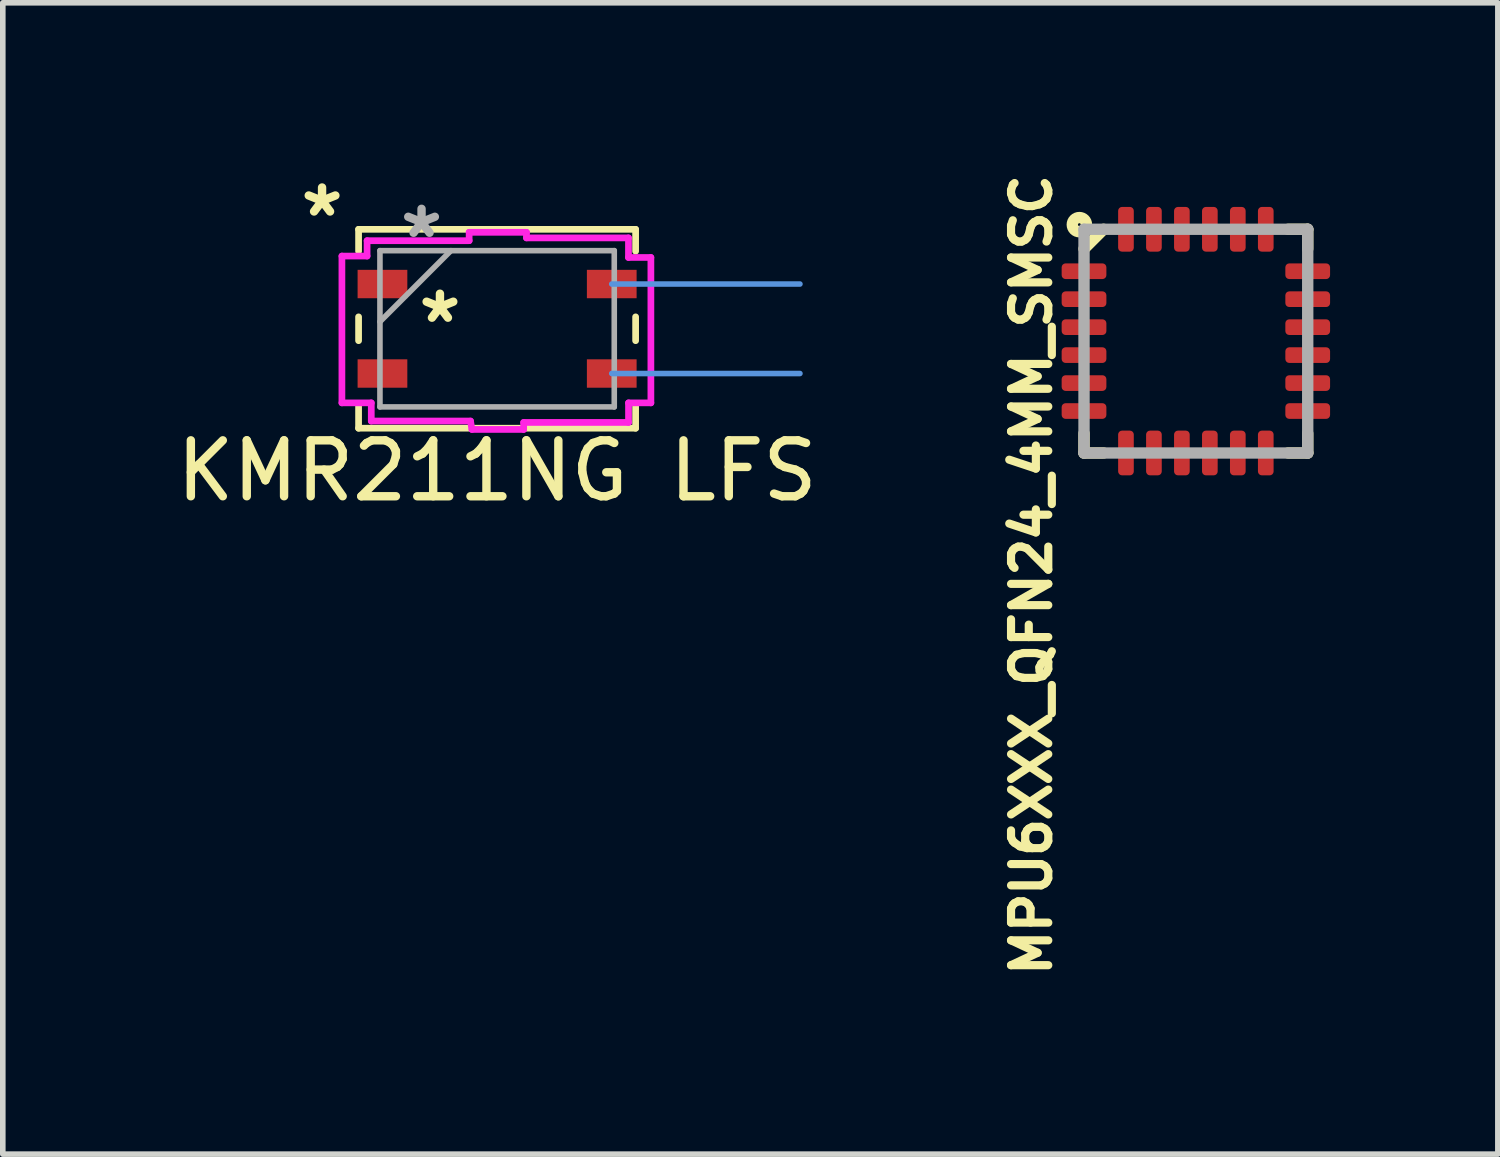
<source format=kicad_pcb>
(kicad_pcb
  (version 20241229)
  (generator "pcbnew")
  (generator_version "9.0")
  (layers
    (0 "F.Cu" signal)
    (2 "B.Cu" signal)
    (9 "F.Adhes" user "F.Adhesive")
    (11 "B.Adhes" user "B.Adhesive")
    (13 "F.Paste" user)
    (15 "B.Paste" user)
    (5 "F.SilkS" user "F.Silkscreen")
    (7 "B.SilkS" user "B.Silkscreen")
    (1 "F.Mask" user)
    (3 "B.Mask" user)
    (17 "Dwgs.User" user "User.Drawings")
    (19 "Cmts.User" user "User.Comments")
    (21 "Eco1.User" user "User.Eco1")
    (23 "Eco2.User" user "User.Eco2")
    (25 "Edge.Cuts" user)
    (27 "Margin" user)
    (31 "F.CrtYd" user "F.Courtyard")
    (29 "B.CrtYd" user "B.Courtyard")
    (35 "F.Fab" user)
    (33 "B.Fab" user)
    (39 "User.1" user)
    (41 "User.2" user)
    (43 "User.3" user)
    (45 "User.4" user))
  (footprint "KMR211NG LFS"
    (layer "F.Cu")
    (at 5.839 2.829)
    (property "Reference" "KMR211NG LFS" (at 0 2.54 0) (layer "F.SilkS") (effects (font (size 1 1) (thickness 0.15))))
    (attr through_hole)
    (fp_line (start -2.477 -1.778) (end -2.477 -1.387) (stroke (width 0.12) (type solid)) (layer "F.SilkS"))
    (fp_line (start -2.477 -0.213) (end -2.477 0.213) (stroke (width 0.12) (type solid)) (layer "F.SilkS"))
    (fp_line (start -2.477 1.387) (end -2.477 1.778) (stroke (width 0.12) (type solid)) (layer "F.SilkS"))
    (fp_line (start -2.477 1.778) (end 2.477 1.778) (stroke (width 0.12) (type solid)) (layer "F.SilkS"))
    (fp_line (start 2.477 -1.778) (end -2.477 -1.778) (stroke (width 0.12) (type solid)) (layer "F.SilkS"))
    (fp_line (start 2.477 -1.387) (end 2.477 -1.778) (stroke (width 0.12) (type solid)) (layer "F.SilkS"))
    (fp_line (start 2.477 0.213) (end 2.477 -0.213) (stroke (width 0.12) (type solid)) (layer "F.SilkS"))
    (fp_line (start 2.477 1.778) (end 2.477 1.387) (stroke (width 0.12) (type solid)) (layer "F.SilkS"))
    (fp_line (start 2.05 -0.8) (end 5.415 -0.8) (stroke (width 0.1) (type solid)) (layer "Cmts.User"))
    (fp_line (start 2.05 0.8) (end 5.415 0.8) (stroke (width 0.1) (type solid)) (layer "Cmts.User"))
    (fp_line (start -2.775 -1.3) (end -2.775 1.325) (stroke (width 0.12) (type solid)) (layer "F.CrtYd"))
    (fp_line (start -2.775 1.325) (end -2.25 1.325) (stroke (width 0.12) (type solid)) (layer "F.CrtYd"))
    (fp_line (start -2.325 -1.575) (end -2.325 -1.3) (stroke (width 0.12) (type solid)) (layer "F.CrtYd"))
    (fp_line (start -2.325 -1.3) (end -2.775 -1.3) (stroke (width 0.12) (type solid)) (layer "F.CrtYd"))
    (fp_line (start -2.25 1.325) (end -2.25 1.65) (stroke (width 0.12) (type solid)) (layer "F.CrtYd"))
    (fp_line (start -2.25 1.65) (end -0.475 1.65) (stroke (width 0.12) (type solid)) (layer "F.CrtYd"))
    (fp_line (start -0.5 -1.725) (end -0.5 -1.575) (stroke (width 0.12) (type solid)) (layer "F.CrtYd"))
    (fp_line (start -0.5 -1.575) (end -2.325 -1.575) (stroke (width 0.12) (type solid)) (layer "F.CrtYd"))
    (fp_line (start -0.475 1.65) (end -0.45 1.8) (stroke (width 0.12) (type solid)) (layer "F.CrtYd"))
    (fp_line (start -0.45 1.8) (end 0.475 1.8) (stroke (width 0.12) (type solid)) (layer "F.CrtYd"))
    (fp_line (start 0.475 1.675) (end 2.35 1.675) (stroke (width 0.12) (type solid)) (layer "F.CrtYd"))
    (fp_line (start 0.475 1.8) (end 0.475 1.675) (stroke (width 0.12) (type solid)) (layer "F.CrtYd"))
    (fp_line (start 0.525 -1.725) (end -0.5 -1.725) (stroke (width 0.12) (type solid)) (layer "F.CrtYd"))
    (fp_line (start 0.525 -1.625) (end 0.525 -1.725) (stroke (width 0.12) (type solid)) (layer "F.CrtYd"))
    (fp_line (start 2.349 -1.625) (end 0.525 -1.625) (stroke (width 0.12) (type solid)) (layer "F.CrtYd"))
    (fp_line (start 2.349 -1.275) (end 2.349 -1.625) (stroke (width 0.12) (type solid)) (layer "F.CrtYd"))
    (fp_line (start 2.35 1.325) (end 2.75 1.325) (stroke (width 0.12) (type solid)) (layer "F.CrtYd"))
    (fp_line (start 2.35 1.675) (end 2.35 1.325) (stroke (width 0.12) (type solid)) (layer "F.CrtYd"))
    (fp_line (start 2.75 -1.275) (end 2.349 -1.275) (stroke (width 0.12) (type solid)) (layer "F.CrtYd"))
    (fp_line (start 2.75 1.325) (end 2.75 -1.275) (stroke (width 0.12) (type solid)) (layer "F.CrtYd"))
    (fp_line (start -2.095 -1.397) (end -2.095 1.397) (stroke (width 0.1) (type solid)) (layer "F.Fab"))
    (fp_line (start -2.095 -0.127) (end -0.826 -1.397) (stroke (width 0.1) (type solid)) (layer "F.Fab"))
    (fp_line (start -2.095 1.397) (end 2.095 1.397) (stroke (width 0.1) (type solid)) (layer "F.Fab"))
    (fp_line (start 2.095 -1.397) (end -2.095 -1.397) (stroke (width 0.1) (type solid)) (layer "F.Fab"))
    (fp_line (start 2.095 1.397) (end 2.095 -1.397) (stroke (width 0.1) (type solid)) (layer "F.Fab"))
    (fp_text user "*" (at -1.022 -0.082 0) (layer "F.SilkS") (effects (font (size 1 1) (thickness 0.15))))
    (fp_text user "*" (at -3.13 -1.981 0) (layer "F.SilkS") (effects (font (size 1 1) (thickness 0.15))))
    (fp_text user "*" (at -1.351 -1.6 0) (layer "F.Fab") (effects (font (size 1 1) (thickness 0.15))))
    (pad "1" smd rect (at -2.05 -0.8 90) (size 0.508 0.889) (layers "F.Cu" "F.Mask" "F.Paste"))
    (pad "2" smd rect (at -2.05 0.8 90) (size 0.508 0.889) (layers "F.Cu" "F.Mask" "F.Paste"))
    (pad "3" smd rect (at 2.05 0.8 90) (size 0.508 0.889) (layers "F.Cu" "F.Mask" "F.Paste"))
    (pad "4" smd rect (at 2.05 -0.8 90) (size 0.508 0.889) (layers "F.Cu" "F.Mask" "F.Paste")))
  (footprint "MPU6XXX_QFN24_4MM_SMSC"
    (layer "F.Cu")
    (at 18.334 3.05)
    (property "Reference" "MPU6XXX_QFN24_4MM_SMSC" (at -2.55 -3.05 270) (layer "F.SilkS") (effects (font (size 0.666 0.666) (thickness 0.146)) (justify right bottom)))
    (fp_line (start -2 2) (end -2 1.65) (stroke (width 0.203) (type solid)) (layer "F.SilkS"))
    (fp_line (start -1.65 -2) (end -2 -1.65) (stroke (width 0.203) (type solid)) (layer "F.SilkS"))
    (fp_line (start -1.65 2) (end -2 2) (stroke (width 0.203) (type solid)) (layer "F.SilkS"))
    (fp_line (start 1.65 2) (end 2 2) (stroke (width 0.203) (type solid)) (layer "F.SilkS"))
    (fp_line (start 2 -2) (end 1.65 -2) (stroke (width 0.203) (type solid)) (layer "F.SilkS"))
    (fp_line (start 2 -1.65) (end 2 -2) (stroke (width 0.203) (type solid)) (layer "F.SilkS"))
    (fp_line (start 2 1.65) (end 2 2) (stroke (width 0.203) (type solid)) (layer "F.SilkS"))
    (fp_circle (center -2.083 -2.083) (end -1.956 -2.083) (stroke (width 0.203) (type solid)) (fill no) (layer "F.SilkS"))
    (fp_line (start -2 -2) (end -2 2) (stroke (width 0.203) (type solid)) (layer "F.Fab"))
    (fp_line (start -2 2) (end 2 2) (stroke (width 0.203) (type solid)) (layer "F.Fab"))
    (fp_line (start 2 -2) (end -2 -2) (stroke (width 0.203) (type solid)) (layer "F.Fab"))
    (fp_line (start 2 2) (end 2 -2) (stroke (width 0.203) (type solid)) (layer "F.Fab"))
    (pad "1" smd roundrect (at -2 -1.25 180) (size 0.8 0.28) (layers "F.Cu" "F.Mask" "F.Paste") (roundrect_rratio 0.25))
    (pad "2" smd roundrect (at -2 -0.75 180) (size 0.8 0.28) (layers "F.Cu" "F.Mask" "F.Paste") (roundrect_rratio 0.25))
    (pad "3" smd roundrect (at -2 -0.25 180) (size 0.8 0.28) (layers "F.Cu" "F.Mask" "F.Paste") (roundrect_rratio 0.25))
    (pad "4" smd roundrect (at -2 0.25 180) (size 0.8 0.28) (layers "F.Cu" "F.Mask" "F.Paste") (roundrect_rratio 0.25))
    (pad "5" smd roundrect (at -2 0.75 180) (size 0.8 0.28) (layers "F.Cu" "F.Mask" "F.Paste") (roundrect_rratio 0.25))
    (pad "6" smd roundrect (at -2 1.25 180) (size 0.8 0.28) (layers "F.Cu" "F.Mask" "F.Paste") (roundrect_rratio 0.25))
    (pad "7" smd roundrect (at -1.25 2 90) (size 0.8 0.28) (layers "F.Cu" "F.Mask" "F.Paste") (roundrect_rratio 0.25))
    (pad "8" smd roundrect (at -0.75 2 90) (size 0.8 0.28) (layers "F.Cu" "F.Mask" "F.Paste") (roundrect_rratio 0.25))
    (pad "9" smd roundrect (at -0.25 2 90) (size 0.8 0.28) (layers "F.Cu" "F.Mask" "F.Paste") (roundrect_rratio 0.25))
    (pad "10" smd roundrect (at 0.25 2 90) (size 0.8 0.28) (layers "F.Cu" "F.Mask" "F.Paste") (roundrect_rratio 0.25))
    (pad "11" smd roundrect (at 0.75 2 90) (size 0.8 0.28) (layers "F.Cu" "F.Mask" "F.Paste") (roundrect_rratio 0.25))
    (pad "12" smd roundrect (at 1.25 2 90) (size 0.8 0.28) (layers "F.Cu" "F.Mask" "F.Paste") (roundrect_rratio 0.25))
    (pad "13" smd roundrect (at 2 1.25) (size 0.8 0.28) (layers "F.Cu" "F.Mask" "F.Paste") (roundrect_rratio 0.25))
    (pad "14" smd roundrect (at 2 0.75) (size 0.8 0.28) (layers "F.Cu" "F.Mask" "F.Paste") (roundrect_rratio 0.25))
    (pad "15" smd roundrect (at 2 0.25) (size 0.8 0.28) (layers "F.Cu" "F.Mask" "F.Paste") (roundrect_rratio 0.25))
    (pad "16" smd roundrect (at 2 -0.25) (size 0.8 0.28) (layers "F.Cu" "F.Mask" "F.Paste") (roundrect_rratio 0.25))
    (pad "17" smd roundrect (at 2 -0.75) (size 0.8 0.28) (layers "F.Cu" "F.Mask" "F.Paste") (roundrect_rratio 0.25))
    (pad "18" smd roundrect (at 2 -1.25) (size 0.8 0.28) (layers "F.Cu" "F.Mask" "F.Paste") (roundrect_rratio 0.25))
    (pad "19" smd roundrect (at 1.25 -2 270) (size 0.8 0.28) (layers "F.Cu" "F.Mask" "F.Paste") (roundrect_rratio 0.25))
    (pad "20" smd roundrect (at 0.75 -2 270) (size 0.8 0.28) (layers "F.Cu" "F.Mask" "F.Paste") (roundrect_rratio 0.25))
    (pad "21" smd roundrect (at 0.25 -2 270) (size 0.8 0.28) (layers "F.Cu" "F.Mask" "F.Paste") (roundrect_rratio 0.25))
    (pad "22" smd roundrect (at -0.25 -2 270) (size 0.8 0.28) (layers "F.Cu" "F.Mask" "F.Paste") (roundrect_rratio 0.25))
    (pad "23" smd roundrect (at -0.75 -2 270) (size 0.8 0.28) (layers "F.Cu" "F.Mask" "F.Paste") (roundrect_rratio 0.25))
    (pad "24" smd roundrect (at -1.25 -2 270) (size 0.8 0.28) (layers "F.Cu" "F.Mask" "F.Paste") (roundrect_rratio 0.25)))
  (gr_rect
    (start -3 -3)
    (end 23.734 17.588)
    (stroke (width 0.1) (type default))
    (fill no)
    (layer "Edge.Cuts")))
</source>
